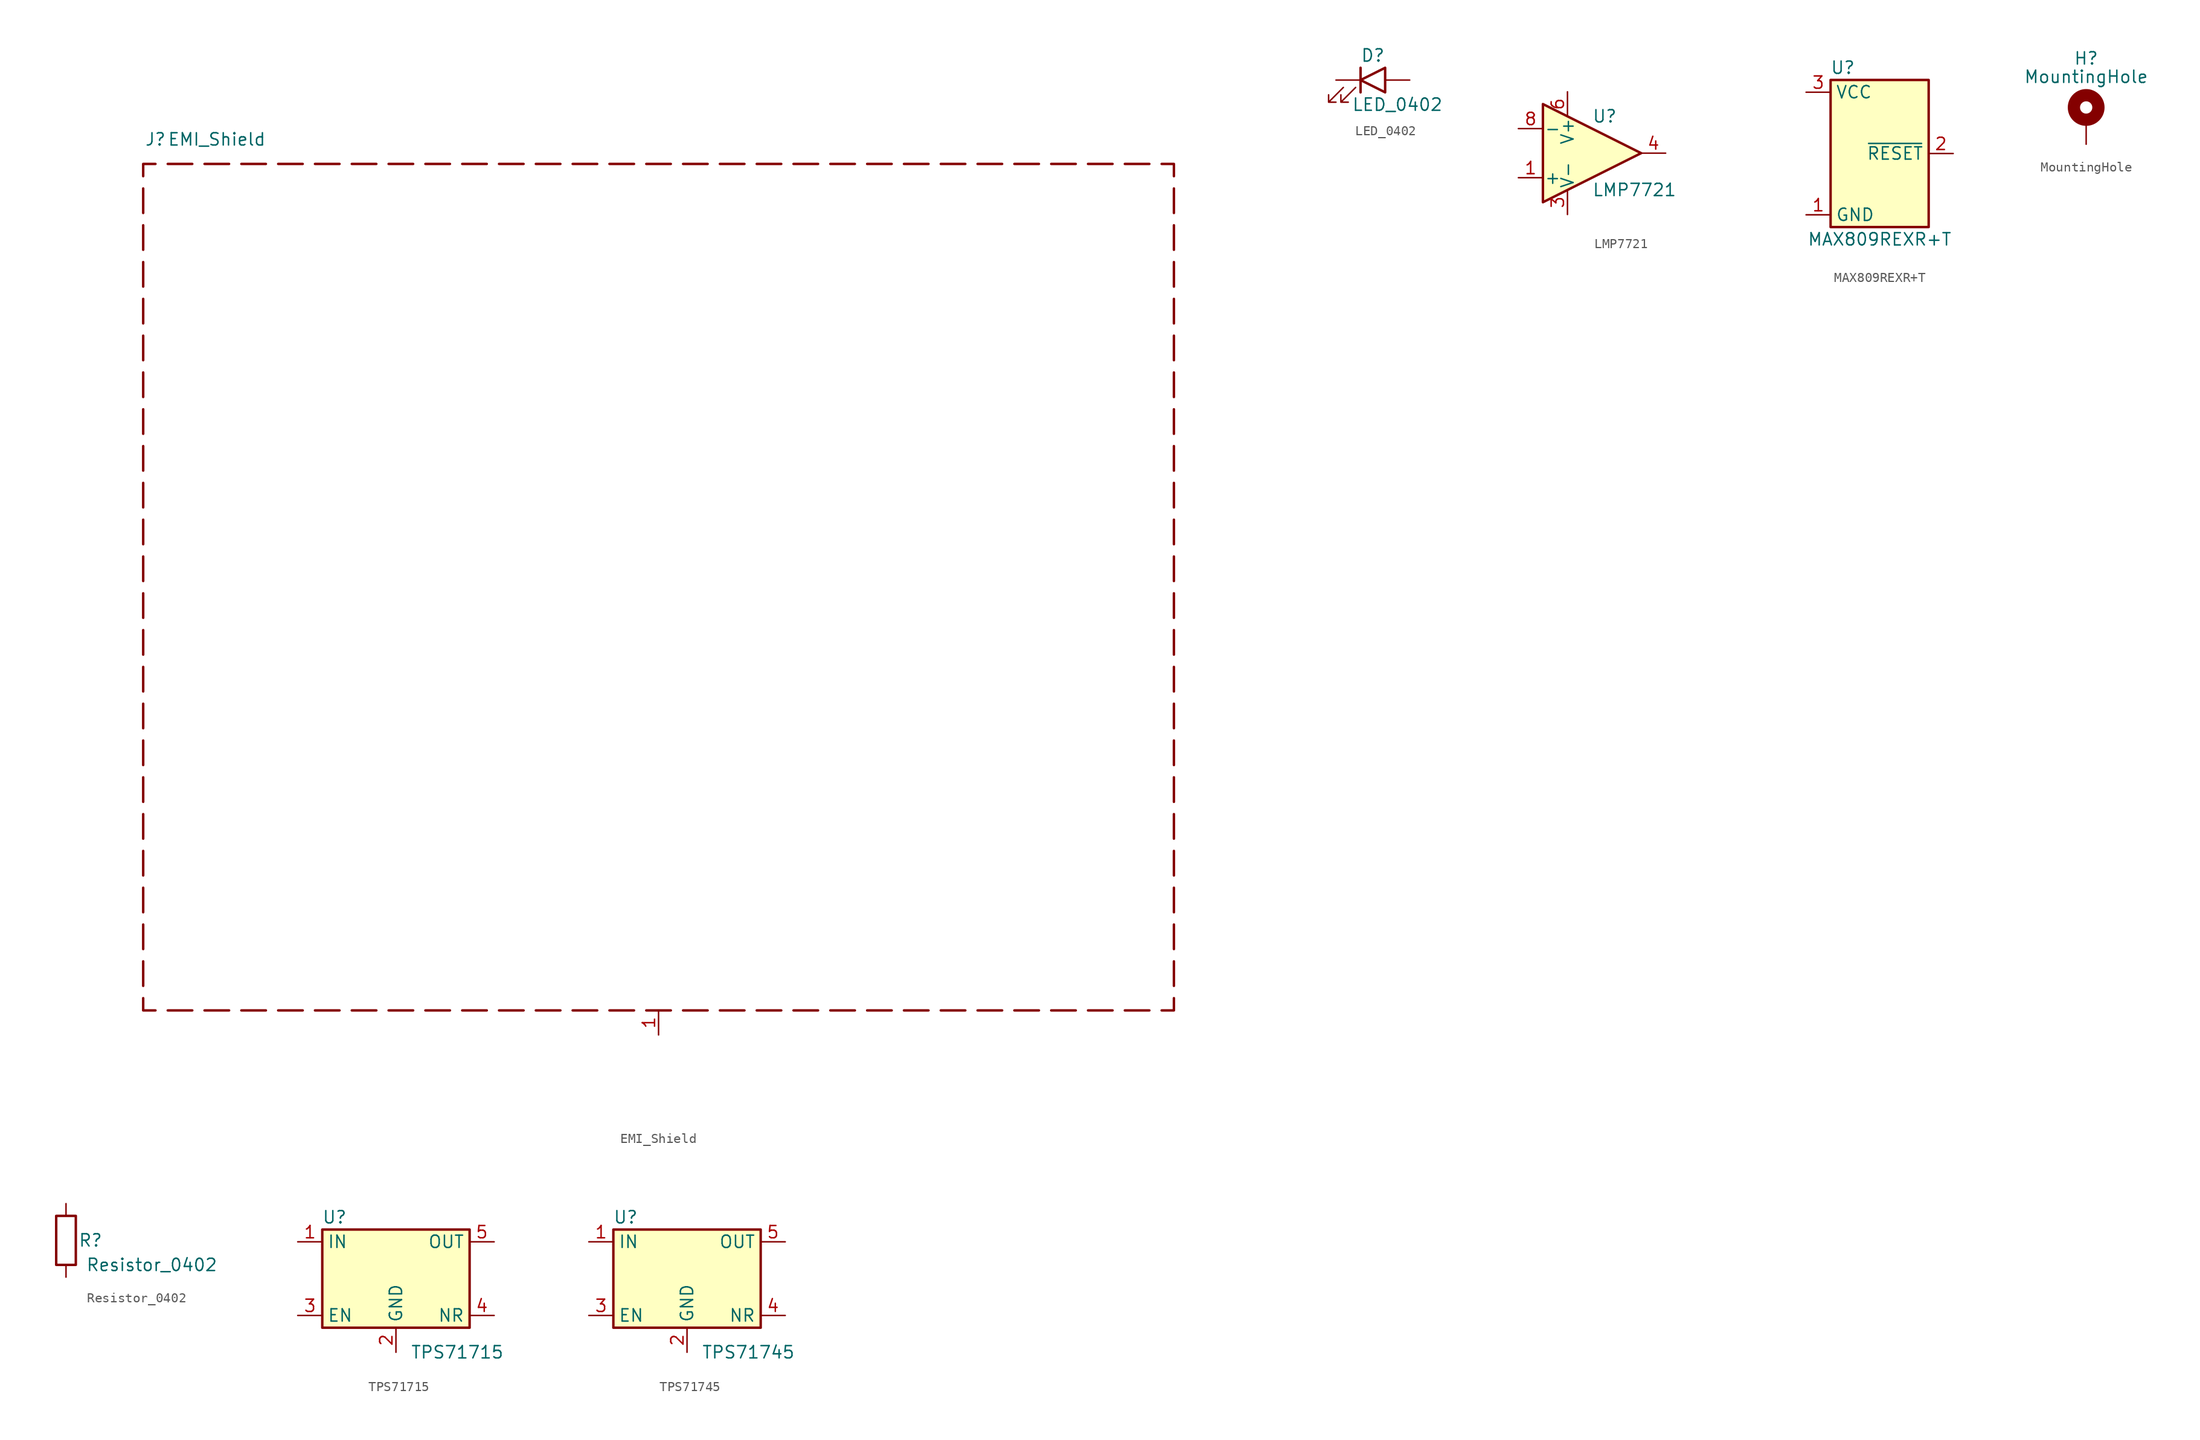
<source format=kicad_sym>
(kicad_symbol_lib
  (version 20210619)
  (generator kicad_symbol_editor)
  (symbol "PrecisionCurrentSource:EMI_Shield"
    (pin_names
      (offset 1.016) hide)
    (property "Reference" "J"
      (at 1.27 90.17 0)
      (effects (font (size 1.27 1.27))))
    (property "Value" "EMI_Shield"
      (at 7.62 90.17 0)
      (effects (font (size 1.27 1.27))))
    (symbol "EMI_Shield_0_1"
      (polyline (pts (xy 0 2.54) (xy 0 5.08)) (stroke (width 0.254)) (fill (type none)))
      (polyline (pts (xy 0 6.35) (xy 0 8.89)) (stroke (width 0.254)) (fill (type none)))
      (polyline (pts (xy 0 10.16) (xy 0 12.7)) (stroke (width 0.254)) (fill (type none)))
      (polyline (pts (xy 0 13.97) (xy 0 16.51)) (stroke (width 0.254)) (fill (type none)))
      (polyline (pts (xy 0 17.78) (xy 0 20.32)) (stroke (width 0.254)) (fill (type none)))
      (polyline (pts (xy 0 21.59) (xy 0 24.13)) (stroke (width 0.254)) (fill (type none)))
      (polyline (pts (xy 0 25.4) (xy 0 27.94)) (stroke (width 0.254)) (fill (type none)))
      (polyline (pts (xy 0 29.21) (xy 0 31.75)) (stroke (width 0.254)) (fill (type none)))
      (polyline (pts (xy 0 33.02) (xy 0 35.56)) (stroke (width 0.254)) (fill (type none)))
      (polyline (pts (xy 0 36.83) (xy 0 39.37)) (stroke (width 0.254)) (fill (type none)))
      (polyline (pts (xy 0 40.64) (xy 0 43.18)) (stroke (width 0.254)) (fill (type none)))
      (polyline (pts (xy 0 44.45) (xy 0 46.99)) (stroke (width 0.254)) (fill (type none)))
      (polyline (pts (xy 0 48.26) (xy 0 50.8)) (stroke (width 0.254)) (fill (type none)))
      (polyline (pts (xy 0 52.07) (xy 0 54.61)) (stroke (width 0.254)) (fill (type none)))
      (polyline (pts (xy 0 55.88) (xy 0 58.42)) (stroke (width 0.254)) (fill (type none)))
      (polyline (pts (xy 0 59.69) (xy 0 62.23)) (stroke (width 0.254)) (fill (type none)))
      (polyline (pts (xy 0 63.5) (xy 0 66.04)) (stroke (width 0.254)) (fill (type none)))
      (polyline (pts (xy 0 67.31) (xy 0 69.85)) (stroke (width 0.254)) (fill (type none)))
      (polyline (pts (xy 0 71.12) (xy 0 73.66)) (stroke (width 0.254)) (fill (type none)))
      (polyline (pts (xy 0 74.93) (xy 0 77.47)) (stroke (width 0.254)) (fill (type none)))
      (polyline (pts (xy 0 78.74) (xy 0 81.28)) (stroke (width 0.254)) (fill (type none)))
      (polyline (pts (xy 0 82.55) (xy 0 85.09)) (stroke (width 0.254)) (fill (type none)))
      (polyline (pts (xy 2.54 87.63) (xy 5.08 87.63)) (stroke (width 0.254)) (fill (type none)))
      (polyline (pts (xy 5.08 0) (xy 2.54 0)) (stroke (width 0.254)) (fill (type none)))
      (polyline (pts (xy 8.89 0) (xy 6.35 0)) (stroke (width 0.254)) (fill (type none)))
      (polyline (pts (xy 8.89 87.63) (xy 6.35 87.63)) (stroke (width 0.254)) (fill (type none)))
      (polyline (pts (xy 10.16 0) (xy 12.7 0)) (stroke (width 0.254)) (fill (type none)))
      (polyline (pts (xy 12.7 87.63) (xy 10.16 87.63)) (stroke (width 0.254)) (fill (type none)))
      (polyline (pts (xy 13.97 0) (xy 16.51 0)) (stroke (width 0.254)) (fill (type none)))
      (polyline (pts (xy 16.51 87.63) (xy 13.97 87.63)) (stroke (width 0.254)) (fill (type none)))
      (polyline (pts (xy 17.78 0) (xy 20.32 0)) (stroke (width 0.254)) (fill (type none)))
      (polyline (pts (xy 20.32 87.63) (xy 17.78 87.63)) (stroke (width 0.254)) (fill (type none)))
      (polyline (pts (xy 21.59 0) (xy 24.13 0)) (stroke (width 0.254)) (fill (type none)))
      (polyline (pts (xy 24.13 87.63) (xy 21.59 87.63)) (stroke (width 0.254)) (fill (type none)))
      (polyline (pts (xy 27.94 0) (xy 25.4 0)) (stroke (width 0.254)) (fill (type none)))
      (polyline (pts (xy 27.94 87.63) (xy 25.4 87.63)) (stroke (width 0.254)) (fill (type none)))
      (polyline (pts (xy 29.21 87.63) (xy 31.75 87.63)) (stroke (width 0.254)) (fill (type none)))
      (polyline (pts (xy 31.75 0) (xy 29.21 0)) (stroke (width 0.254)) (fill (type none)))
      (polyline (pts (xy 35.56 0) (xy 33.02 0)) (stroke (width 0.254)) (fill (type none)))
      (polyline (pts (xy 35.56 87.63) (xy 33.02 87.63)) (stroke (width 0.254)) (fill (type none)))
      (polyline (pts (xy 36.83 0) (xy 39.37 0)) (stroke (width 0.254)) (fill (type none)))
      (polyline (pts (xy 39.37 87.63) (xy 36.83 87.63)) (stroke (width 0.254)) (fill (type none)))
      (polyline (pts (xy 40.64 0) (xy 43.18 0)) (stroke (width 0.254)) (fill (type none)))
      (polyline (pts (xy 43.18 87.63) (xy 40.64 87.63)) (stroke (width 0.254)) (fill (type none)))
      (polyline (pts (xy 44.45 0) (xy 46.99 0)) (stroke (width 0.254)) (fill (type none)))
      (polyline (pts (xy 46.99 87.63) (xy 44.45 87.63)) (stroke (width 0.254)) (fill (type none)))
      (polyline (pts (xy 48.26 0) (xy 50.8 0)) (stroke (width 0.254)) (fill (type none)))
      (polyline (pts (xy 50.8 87.63) (xy 48.26 87.63)) (stroke (width 0.254)) (fill (type none)))
      (polyline (pts (xy 54.61 0) (xy 52.07 0)) (stroke (width 0.254)) (fill (type none)))
      (polyline (pts (xy 54.61 87.63) (xy 52.07 87.63)) (stroke (width 0.254)) (fill (type none)))
      (polyline (pts (xy 55.88 87.63) (xy 58.42 87.63)) (stroke (width 0.254)) (fill (type none)))
      (polyline (pts (xy 58.42 0) (xy 55.88 0)) (stroke (width 0.254)) (fill (type none)))
      (polyline (pts (xy 62.23 0) (xy 59.69 0)) (stroke (width 0.254)) (fill (type none)))
      (polyline (pts (xy 62.23 87.63) (xy 59.69 87.63)) (stroke (width 0.254)) (fill (type none)))
      (polyline (pts (xy 63.5 0) (xy 66.04 0)) (stroke (width 0.254)) (fill (type none)))
      (polyline (pts (xy 66.04 87.63) (xy 63.5 87.63)) (stroke (width 0.254)) (fill (type none)))
      (polyline (pts (xy 67.31 0) (xy 69.85 0)) (stroke (width 0.254)) (fill (type none)))
      (polyline (pts (xy 69.85 87.63) (xy 67.31 87.63)) (stroke (width 0.254)) (fill (type none)))
      (polyline (pts (xy 71.12 0) (xy 73.66 0)) (stroke (width 0.254)) (fill (type none)))
      (polyline (pts (xy 73.66 87.63) (xy 71.12 87.63)) (stroke (width 0.254)) (fill (type none)))
      (polyline (pts (xy 74.93 0) (xy 77.47 0)) (stroke (width 0.254)) (fill (type none)))
      (polyline (pts (xy 77.47 87.63) (xy 74.93 87.63)) (stroke (width 0.254)) (fill (type none)))
      (polyline (pts (xy 81.28 0) (xy 78.74 0)) (stroke (width 0.254)) (fill (type none)))
      (polyline (pts (xy 81.28 87.63) (xy 78.74 87.63)) (stroke (width 0.254)) (fill (type none)))
      (polyline (pts (xy 82.55 87.63) (xy 85.09 87.63)) (stroke (width 0.254)) (fill (type none)))
      (polyline (pts (xy 85.09 0) (xy 82.55 0)) (stroke (width 0.254)) (fill (type none)))
      (polyline (pts (xy 88.9 0) (xy 86.36 0)) (stroke (width 0.254)) (fill (type none)))
      (polyline (pts (xy 88.9 87.63) (xy 86.36 87.63)) (stroke (width 0.254)) (fill (type none)))
      (polyline (pts (xy 90.17 0) (xy 92.71 0)) (stroke (width 0.254)) (fill (type none)))
      (polyline (pts (xy 92.71 87.63) (xy 90.17 87.63)) (stroke (width 0.254)) (fill (type none)))
      (polyline (pts (xy 93.98 0) (xy 96.52 0)) (stroke (width 0.254)) (fill (type none)))
      (polyline (pts (xy 96.52 87.63) (xy 93.98 87.63)) (stroke (width 0.254)) (fill (type none)))
      (polyline (pts (xy 97.79 0) (xy 100.33 0)) (stroke (width 0.254)) (fill (type none)))
      (polyline (pts (xy 100.33 87.63) (xy 97.79 87.63)) (stroke (width 0.254)) (fill (type none)))
      (polyline (pts (xy 101.6 0) (xy 104.14 0)) (stroke (width 0.254)) (fill (type none)))
      (polyline (pts (xy 104.14 87.63) (xy 101.6 87.63)) (stroke (width 0.254)) (fill (type none)))
      (polyline (pts (xy 106.68 2.54) (xy 106.68 5.08)) (stroke (width 0.254)) (fill (type none)))
      (polyline (pts (xy 106.68 6.35) (xy 106.68 8.89)) (stroke (width 0.254)) (fill (type none)))
      (polyline (pts (xy 106.68 10.16) (xy 106.68 12.7)) (stroke (width 0.254)) (fill (type none)))
      (polyline (pts (xy 106.68 13.97) (xy 106.68 16.51)) (stroke (width 0.254)) (fill (type none)))
      (polyline (pts (xy 106.68 17.78) (xy 106.68 20.32)) (stroke (width 0.254)) (fill (type none)))
      (polyline (pts (xy 106.68 21.59) (xy 106.68 24.13)) (stroke (width 0.254)) (fill (type none)))
      (polyline (pts (xy 106.68 25.4) (xy 106.68 27.94)) (stroke (width 0.254)) (fill (type none)))
      (polyline (pts (xy 106.68 29.21) (xy 106.68 31.75)) (stroke (width 0.254)) (fill (type none)))
      (polyline (pts (xy 106.68 33.02) (xy 106.68 35.56)) (stroke (width 0.254)) (fill (type none)))
      (polyline (pts (xy 106.68 36.83) (xy 106.68 39.37)) (stroke (width 0.254)) (fill (type none)))
      (polyline (pts (xy 106.68 40.64) (xy 106.68 43.18)) (stroke (width 0.254)) (fill (type none)))
      (polyline (pts (xy 106.68 44.45) (xy 106.68 46.99)) (stroke (width 0.254)) (fill (type none)))
      (polyline (pts (xy 106.68 48.26) (xy 106.68 50.8)) (stroke (width 0.254)) (fill (type none)))
      (polyline (pts (xy 106.68 52.07) (xy 106.68 54.61)) (stroke (width 0.254)) (fill (type none)))
      (polyline (pts (xy 106.68 55.88) (xy 106.68 58.42)) (stroke (width 0.254)) (fill (type none)))
      (polyline (pts (xy 106.68 59.69) (xy 106.68 62.23)) (stroke (width 0.254)) (fill (type none)))
      (polyline (pts (xy 106.68 63.5) (xy 106.68 66.04)) (stroke (width 0.254)) (fill (type none)))
      (polyline (pts (xy 106.68 67.31) (xy 106.68 69.85)) (stroke (width 0.254)) (fill (type none)))
      (polyline (pts (xy 106.68 71.12) (xy 106.68 73.66)) (stroke (width 0.254)) (fill (type none)))
      (polyline (pts (xy 106.68 74.93) (xy 106.68 77.47)) (stroke (width 0.254)) (fill (type none)))
      (polyline (pts (xy 106.68 78.74) (xy 106.68 81.28)) (stroke (width 0.254)) (fill (type none)))
      (polyline (pts (xy 106.68 82.55) (xy 106.68 85.09)) (stroke (width 0.254)) (fill (type none)))
      (polyline (pts (xy 0 86.36) (xy 0 87.63) (xy 1.27 87.63)) (stroke (width 0.254)) (fill (type none)))
      (polyline (pts (xy 1.27 0) (xy 0 0) (xy 0 1.27)) (stroke (width 0.254)) (fill (type none)))
      (polyline (pts (xy 105.41 0) (xy 106.68 0) (xy 106.68 1.27)) (stroke (width 0.254)) (fill (type none)))
      (polyline (pts (xy 106.68 86.36) (xy 106.68 87.63) (xy 105.41 87.63)) (stroke (width 0.254)) (fill (type none))))
    (symbol "EMI_Shield_1_1"
      (pin passive line (at 53.34 -2.54 90) (length 2.54) (name "Shield" (effects (font (size 1.27 1.27)))) (number "1" (effects (font (size 1.27 1.27)))))))
  (symbol "PrecisionCurrentSource:LED_0402"
    (pin_numbers hide)
    (pin_names
      (offset 1.016) hide)
    (property "Reference" "D"
      (at 0 2.54 0)
      (effects (font (size 1.27 1.27))))
    (property "Value" "LED_0402"
      (at 2.54 -2.54 0)
      (effects (font (size 1.27 1.27))))
    (symbol "LED_0402_0_1"
      (polyline (pts (xy -1.27 -1.27) (xy -1.27 1.27)) (stroke (width 0.254)) (fill (type none)))
      (polyline (pts (xy 1.27 -1.27) (xy 1.27 1.27) (xy -1.27 0) (xy 1.27 -1.27)) (stroke (width 0.254)) (fill (type none)))
      (polyline (pts (xy -3.048 -0.762) (xy -4.572 -2.286) (xy -3.81 -2.286) (xy -4.572 -2.286) (xy -4.572 -1.524)) (stroke (width 0)) (fill (type none)))
      (polyline (pts (xy -1.778 -0.762) (xy -3.302 -2.286) (xy -2.54 -2.286) (xy -3.302 -2.286) (xy -3.302 -1.524)) (stroke (width 0)) (fill (type none))))
    (symbol "LED_0402_1_1"
      (pin passive line (at -3.81 0 0) (length 2.54) (name "K" (effects (font (size 1.27 1.27)))) (number "1" (effects (font (size 1.27 1.27)))))
      (pin passive line (at 3.81 0 180) (length 2.54) (name "A" (effects (font (size 1.27 1.27)))) (number "2" (effects (font (size 1.27 1.27)))))))
  (symbol "PrecisionCurrentSource:LMP7721"
    (pin_names
      (offset 0.127))
    (property "Reference" "U"
      (at 0 3.81 0)
      (effects (font (size 1.27 1.27)) (justify left)))
    (property "Value" "LMP7721"
      (at 0 -3.81 0)
      (effects (font (size 1.27 1.27)) (justify left)))
    (symbol "LMP7721_0_1"
      (polyline (pts (xy -5.08 5.08) (xy 5.08 0) (xy -5.08 -5.08) (xy -5.08 5.08)) (stroke (width 0.254)) (fill (type background))))
    (symbol "LMP7721_1_1"
      (pin input line (at -7.62 -2.54 0) (length 2.54) (name "+" (effects (font (size 1.27 1.27)))) (number "1" (effects (font (size 1.27 1.27)))))
      (pin no_connect line (at 11.43 7.62 0) (length 2.54) hide (name "NC" (effects (font (size 1.27 1.27)))) (number "2" (effects (font (size 1.27 1.27)))))
      (pin power_in line (at -2.54 -6.35 90) (length 2.54) (name "V-" (effects (font (size 1.27 1.27)))) (number "3" (effects (font (size 1.27 1.27)))))
      (pin output line (at 7.62 0 180) (length 2.54) (name "~" (effects (font (size 1.27 1.27)))) (number "4" (effects (font (size 1.27 1.27)))))
      (pin no_connect line (at 11.43 10.16 0) (length 2.54) hide (name "NC" (effects (font (size 1.27 1.27)))) (number "5" (effects (font (size 1.27 1.27)))))
      (pin power_in line (at -2.54 6.35 270) (length 2.54) (name "V+" (effects (font (size 1.27 1.27)))) (number "6" (effects (font (size 1.27 1.27)))))
      (pin no_connect line (at 11.43 5.08 0) (length 2.54) hide (name "NC" (effects (font (size 1.27 1.27)))) (number "7" (effects (font (size 1.27 1.27)))))
      (pin input line (at -7.62 2.54 0) (length 2.54) (name "-" (effects (font (size 1.27 1.27)))) (number "8" (effects (font (size 1.27 1.27)))))))
  (symbol "PrecisionCurrentSource:MAX809REXR+T"
    (property "Reference" "U"
      (at 1.27 16.51 0)
      (effects (font (size 1.27 1.27))))
    (property "Value" "MAX809REXR+T"
      (at 5.08 -1.27 0)
      (effects (font (size 1.27 1.27))))
    (symbol "MAX809REXR+T_0_0"
      (pin power_in line (at -2.54 1.27 0) (length 2.54) (name "GND" (effects (font (size 1.27 1.27)))) (number "1" (effects (font (size 1.27 1.27)))))
      (pin output line (at 12.7 7.62 180) (length 2.54) (name "~{RESET}" (effects (font (size 1.27 1.27)))) (number "2" (effects (font (size 1.27 1.27)))))
      (pin power_in line (at -2.54 13.97 0) (length 2.54) (name "VCC" (effects (font (size 1.27 1.27)))) (number "3" (effects (font (size 1.27 1.27))))))
    (symbol "MAX809REXR+T_0_1"
      (rectangle (start 0 15.24) (end 10.16 0) (stroke (width 0.254)) (fill (type background)))))
  (symbol "PrecisionCurrentSource:MountingHole"
    (pin_numbers hide)
    (pin_names
      (offset 1.016) hide)
    (property "Reference" "H"
      (at 0 6.35 0)
      (effects (font (size 1.27 1.27))))
    (property "Value" "MountingHole"
      (at 0 4.445 0)
      (effects (font (size 1.27 1.27))))
    (symbol "MountingHole_0_1"
      (circle (center 0 1.27) (radius 1.27) (stroke (width 1.27)) (fill (type none))))
    (symbol "MountingHole_1_1"
      (pin input line (at 0 -2.54 90) (length 2.54) (name "1" (effects (font (size 1.27 1.27)))) (number "1" (effects (font (size 1.27 1.27)))))))
  (symbol "PrecisionCurrentSource:Resistor_0402"
    (pin_numbers hide)
    (pin_names
      (offset 0) hide)
    (property "Reference" "R"
      (at 2.54 0 0)
      (effects (font (size 1.27 1.27))))
    (property "Value" "Resistor_0402"
      (at 8.89 -2.54 0)
      (effects (font (size 1.27 1.27))))
    (symbol "Resistor_0402_0_1"
      (rectangle (start -1.016 -2.54) (end 1.016 2.54) (stroke (width 0.254)) (fill (type none))))
    (symbol "Resistor_0402_1_1"
      (pin passive line (at 0 3.81 270) (length 1.27) (name "~" (effects (font (size 1.27 1.27)))) (number "1" (effects (font (size 1.27 1.27)))))
      (pin passive line (at 0 -3.81 90) (length 1.27) (name "~" (effects (font (size 1.27 1.27)))) (number "2" (effects (font (size 1.27 1.27)))))))
  (symbol "PrecisionCurrentSource:TPS71715"
    (property "Reference" "U"
      (at 1.27 11.43 0)
      (effects (font (size 1.27 1.27))))
    (property "Value" "TPS71715"
      (at 13.97 -2.54 0)
      (effects (font (size 1.27 1.27))))
    (symbol "TPS71715_0_0"
      (pin power_in line (at -2.54 8.89 0) (length 2.54) (name "IN" (effects (font (size 1.27 1.27)))) (number "1" (effects (font (size 1.27 1.27)))))
      (pin power_in line (at 7.62 -2.54 90) (length 2.54) (name "GND" (effects (font (size 1.27 1.27)))) (number "2" (effects (font (size 1.27 1.27)))))
      (pin input line (at -2.54 1.27 0) (length 2.54) (name "EN" (effects (font (size 1.27 1.27)))) (number "3" (effects (font (size 1.27 1.27)))))
      (pin passive line (at 17.78 1.27 180) (length 2.54) (name "NR" (effects (font (size 1.27 1.27)))) (number "4" (effects (font (size 1.27 1.27)))))
      (pin power_out line (at 17.78 8.89 180) (length 2.54) (name "OUT" (effects (font (size 1.27 1.27)))) (number "5" (effects (font (size 1.27 1.27))))))
    (symbol "TPS71715_0_1"
      (rectangle (start 0 10.16) (end 15.24 0) (stroke (width 0.254)) (fill (type background)))))
  (symbol "PrecisionCurrentSource:TPS71745"
    (property "Reference" "U"
      (at 1.27 11.43 0)
      (effects (font (size 1.27 1.27))))
    (property "Value" "TPS71745"
      (at 13.97 -2.54 0)
      (effects (font (size 1.27 1.27))))
    (symbol "TPS71745_0_0"
      (pin power_in line (at -2.54 8.89 0) (length 2.54) (name "IN" (effects (font (size 1.27 1.27)))) (number "1" (effects (font (size 1.27 1.27)))))
      (pin power_in line (at 7.62 -2.54 90) (length 2.54) (name "GND" (effects (font (size 1.27 1.27)))) (number "2" (effects (font (size 1.27 1.27)))))
      (pin input line (at -2.54 1.27 0) (length 2.54) (name "EN" (effects (font (size 1.27 1.27)))) (number "3" (effects (font (size 1.27 1.27)))))
      (pin passive line (at 17.78 1.27 180) (length 2.54) (name "NR" (effects (font (size 1.27 1.27)))) (number "4" (effects (font (size 1.27 1.27)))))
      (pin power_out line (at 17.78 8.89 180) (length 2.54) (name "OUT" (effects (font (size 1.27 1.27)))) (number "5" (effects (font (size 1.27 1.27))))))
    (symbol "TPS71745_0_1"
      (rectangle (start 0 10.16) (end 15.24 0) (stroke (width 0.254)) (fill (type background))))))
</source>
